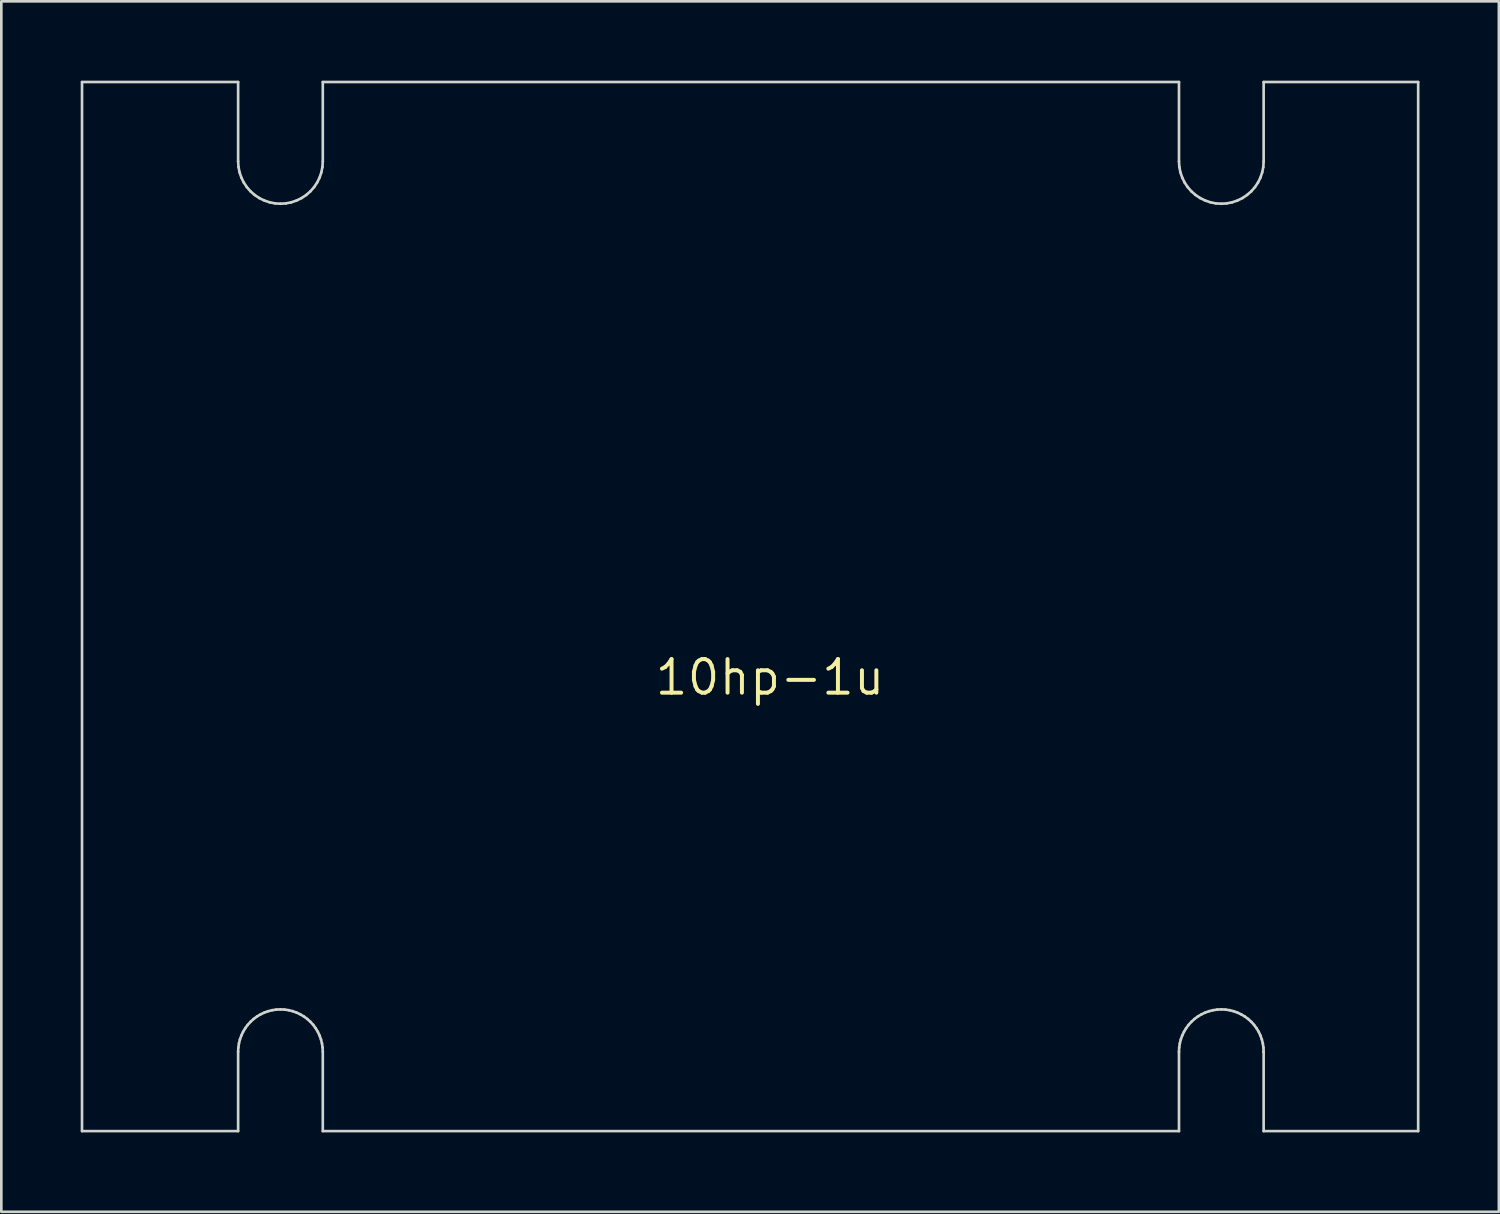
<source format=kicad_pcb>
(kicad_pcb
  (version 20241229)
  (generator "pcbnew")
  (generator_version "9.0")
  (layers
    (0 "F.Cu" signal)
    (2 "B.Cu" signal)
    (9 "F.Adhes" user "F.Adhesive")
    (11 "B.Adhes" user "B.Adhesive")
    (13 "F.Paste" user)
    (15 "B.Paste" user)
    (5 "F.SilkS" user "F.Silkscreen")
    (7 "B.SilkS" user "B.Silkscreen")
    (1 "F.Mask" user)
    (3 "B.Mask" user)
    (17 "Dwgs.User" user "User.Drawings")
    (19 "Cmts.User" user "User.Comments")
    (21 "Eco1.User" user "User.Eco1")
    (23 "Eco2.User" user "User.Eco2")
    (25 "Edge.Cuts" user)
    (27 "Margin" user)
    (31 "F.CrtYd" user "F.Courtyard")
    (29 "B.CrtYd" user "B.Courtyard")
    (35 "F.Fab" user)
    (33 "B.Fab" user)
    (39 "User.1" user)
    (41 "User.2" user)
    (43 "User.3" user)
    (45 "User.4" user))
  (footprint "10hp-1u"
    (layer "F.Cu")
    (at 25.51 21.3)
    (property "Reference" "10hp-1u" (at 0.54 1.25 0) (layer "F.SilkS") (effects (font (size 1.27 1.27) (thickness 0.15))))
    (attr through_hole)
    (fp_line (start -25.46 -21.25) (end -25.46 18.4) (stroke (width 0.1) (type solid)) (layer "Edge.Cuts"))
    (fp_line (start -25.46 18.4) (end -19.56 18.4) (stroke (width 0.1) (type solid)) (layer "Edge.Cuts"))
    (fp_line (start -19.56 -21.25) (end -25.46 -21.25) (stroke (width 0.1) (type solid)) (layer "Edge.Cuts"))
    (fp_line (start -19.56 -18.25) (end -19.56 -21.25) (stroke (width 0.1) (type solid)) (layer "Edge.Cuts"))
    (fp_line (start -19.56 15.4) (end -19.552 15.242) (stroke (width 0.1) (type solid)) (layer "Edge.Cuts"))
    (fp_line (start -19.56 18.4) (end -19.56 15.4) (stroke (width 0.1) (type solid)) (layer "Edge.Cuts"))
    (fp_line (start -19.552 15.242) (end -19.529 15.086) (stroke (width 0.1) (type solid)) (layer "Edge.Cuts"))
    (fp_line (start -19.546 -18.038) (end -19.56 -18.25) (stroke (width 0.1) (type solid)) (layer "Edge.Cuts"))
    (fp_line (start -19.529 15.086) (end -19.491 14.935) (stroke (width 0.1) (type solid)) (layer "Edge.Cuts"))
    (fp_line (start -19.505 -17.833) (end -19.546 -18.038) (stroke (width 0.1) (type solid)) (layer "Edge.Cuts"))
    (fp_line (start -19.491 14.935) (end -19.438 14.788) (stroke (width 0.1) (type solid)) (layer "Edge.Cuts"))
    (fp_line (start -19.438 14.788) (end -19.372 14.647) (stroke (width 0.1) (type solid)) (layer "Edge.Cuts"))
    (fp_line (start -19.437 -17.636) (end -19.505 -17.833) (stroke (width 0.1) (type solid)) (layer "Edge.Cuts"))
    (fp_line (start -19.372 14.647) (end -19.291 14.512) (stroke (width 0.1) (type solid)) (layer "Edge.Cuts"))
    (fp_line (start -19.346 -17.45) (end -19.437 -17.636) (stroke (width 0.1) (type solid)) (layer "Edge.Cuts"))
    (fp_line (start -19.291 14.512) (end -19.198 14.386) (stroke (width 0.1) (type solid)) (layer "Edge.Cuts"))
    (fp_line (start -19.231 -17.278) (end -19.346 -17.45) (stroke (width 0.1) (type solid)) (layer "Edge.Cuts"))
    (fp_line (start -19.198 14.386) (end -19.091 14.269) (stroke (width 0.1) (type solid)) (layer "Edge.Cuts"))
    (fp_line (start -19.094 -17.121) (end -19.231 -17.278) (stroke (width 0.1) (type solid)) (layer "Edge.Cuts"))
    (fp_line (start -19.091 14.269) (end -18.974 14.162) (stroke (width 0.1) (type solid)) (layer "Edge.Cuts"))
    (fp_line (start -18.974 14.162) (end -18.848 14.069) (stroke (width 0.1) (type solid)) (layer "Edge.Cuts"))
    (fp_line (start -18.937 -16.983) (end -19.094 -17.121) (stroke (width 0.1) (type solid)) (layer "Edge.Cuts"))
    (fp_line (start -18.848 14.069) (end -18.713 13.989) (stroke (width 0.1) (type solid)) (layer "Edge.Cuts"))
    (fp_line (start -18.76 -16.864) (end -18.937 -16.983) (stroke (width 0.1) (type solid)) (layer "Edge.Cuts"))
    (fp_line (start -18.713 13.989) (end -18.572 13.922) (stroke (width 0.1) (type solid)) (layer "Edge.Cuts"))
    (fp_line (start -18.572 13.922) (end -18.425 13.869) (stroke (width 0.1) (type solid)) (layer "Edge.Cuts"))
    (fp_line (start -18.569 -16.771) (end -18.76 -16.864) (stroke (width 0.1) (type solid)) (layer "Edge.Cuts"))
    (fp_line (start -18.425 13.869) (end -18.274 13.831) (stroke (width 0.1) (type solid)) (layer "Edge.Cuts"))
    (fp_line (start -18.371 -16.704) (end -18.569 -16.771) (stroke (width 0.1) (type solid)) (layer "Edge.Cuts"))
    (fp_line (start -18.274 13.831) (end -18.118 13.808) (stroke (width 0.1) (type solid)) (layer "Edge.Cuts"))
    (fp_line (start -18.167 -16.663) (end -18.371 -16.704) (stroke (width 0.1) (type solid)) (layer "Edge.Cuts"))
    (fp_line (start -18.118 13.808) (end -17.96 13.8) (stroke (width 0.1) (type solid)) (layer "Edge.Cuts"))
    (fp_line (start -17.96 -16.65) (end -18.167 -16.663) (stroke (width 0.1) (type solid)) (layer "Edge.Cuts"))
    (fp_line (start -17.96 13.8) (end -17.802 13.808) (stroke (width 0.1) (type solid)) (layer "Edge.Cuts"))
    (fp_line (start -17.802 13.808) (end -17.646 13.831) (stroke (width 0.1) (type solid)) (layer "Edge.Cuts"))
    (fp_line (start -17.753 -16.663) (end -17.96 -16.65) (stroke (width 0.1) (type solid)) (layer "Edge.Cuts"))
    (fp_line (start -17.646 13.831) (end -17.495 13.869) (stroke (width 0.1) (type solid)) (layer "Edge.Cuts"))
    (fp_line (start -17.549 -16.704) (end -17.753 -16.663) (stroke (width 0.1) (type solid)) (layer "Edge.Cuts"))
    (fp_line (start -17.495 13.869) (end -17.348 13.922) (stroke (width 0.1) (type solid)) (layer "Edge.Cuts"))
    (fp_line (start -17.351 -16.771) (end -17.549 -16.704) (stroke (width 0.1) (type solid)) (layer "Edge.Cuts"))
    (fp_line (start -17.348 13.922) (end -17.207 13.989) (stroke (width 0.1) (type solid)) (layer "Edge.Cuts"))
    (fp_line (start -17.207 13.989) (end -17.072 14.069) (stroke (width 0.1) (type solid)) (layer "Edge.Cuts"))
    (fp_line (start -17.16 -16.864) (end -17.351 -16.771) (stroke (width 0.1) (type solid)) (layer "Edge.Cuts"))
    (fp_line (start -17.072 14.069) (end -16.946 14.162) (stroke (width 0.1) (type solid)) (layer "Edge.Cuts"))
    (fp_line (start -16.983 -16.983) (end -17.16 -16.864) (stroke (width 0.1) (type solid)) (layer "Edge.Cuts"))
    (fp_line (start -16.946 14.162) (end -16.829 14.269) (stroke (width 0.1) (type solid)) (layer "Edge.Cuts"))
    (fp_line (start -16.829 14.269) (end -16.722 14.386) (stroke (width 0.1) (type solid)) (layer "Edge.Cuts"))
    (fp_line (start -16.826 -17.121) (end -16.983 -16.983) (stroke (width 0.1) (type solid)) (layer "Edge.Cuts"))
    (fp_line (start -16.722 14.386) (end -16.629 14.512) (stroke (width 0.1) (type solid)) (layer "Edge.Cuts"))
    (fp_line (start -16.689 -17.278) (end -16.826 -17.121) (stroke (width 0.1) (type solid)) (layer "Edge.Cuts"))
    (fp_line (start -16.629 14.512) (end -16.548 14.647) (stroke (width 0.1) (type solid)) (layer "Edge.Cuts"))
    (fp_line (start -16.574 -17.45) (end -16.689 -17.278) (stroke (width 0.1) (type solid)) (layer "Edge.Cuts"))
    (fp_line (start -16.548 14.647) (end -16.482 14.788) (stroke (width 0.1) (type solid)) (layer "Edge.Cuts"))
    (fp_line (start -16.483 -17.636) (end -16.574 -17.45) (stroke (width 0.1) (type solid)) (layer "Edge.Cuts"))
    (fp_line (start -16.482 14.788) (end -16.429 14.935) (stroke (width 0.1) (type solid)) (layer "Edge.Cuts"))
    (fp_line (start -16.429 14.935) (end -16.391 15.086) (stroke (width 0.1) (type solid)) (layer "Edge.Cuts"))
    (fp_line (start -16.415 -17.833) (end -16.483 -17.636) (stroke (width 0.1) (type solid)) (layer "Edge.Cuts"))
    (fp_line (start -16.391 15.086) (end -16.368 15.242) (stroke (width 0.1) (type solid)) (layer "Edge.Cuts"))
    (fp_line (start -16.374 -18.038) (end -16.415 -17.833) (stroke (width 0.1) (type solid)) (layer "Edge.Cuts"))
    (fp_line (start -16.368 15.242) (end -16.36 15.4) (stroke (width 0.1) (type solid)) (layer "Edge.Cuts"))
    (fp_line (start -16.36 -21.25) (end 16 -21.25) (stroke (width 0.1) (type solid)) (layer "Edge.Cuts"))
    (fp_line (start -16.36 -18.25) (end -16.374 -18.038) (stroke (width 0.1) (type solid)) (layer "Edge.Cuts"))
    (fp_line (start -16.36 -18.25) (end -16.36 -21.25) (stroke (width 0.1) (type solid)) (layer "Edge.Cuts"))
    (fp_line (start -16.36 15.4) (end -16.36 18.4) (stroke (width 0.1) (type solid)) (layer "Edge.Cuts"))
    (fp_line (start -16.36 18.4) (end 16 18.4) (stroke (width 0.1) (type solid)) (layer "Edge.Cuts"))
    (fp_line (start 16 -21.25) (end 16 -18.25) (stroke (width 0.1) (type solid)) (layer "Edge.Cuts"))
    (fp_line (start 16 15.4) (end 16.008 15.242) (stroke (width 0.1) (type solid)) (layer "Edge.Cuts"))
    (fp_line (start 16 18.4) (end 16 15.4) (stroke (width 0.1) (type solid)) (layer "Edge.Cuts"))
    (fp_line (start 16.008 15.242) (end 16.031 15.086) (stroke (width 0.1) (type solid)) (layer "Edge.Cuts"))
    (fp_line (start 16.014 -18.038) (end 16 -18.25) (stroke (width 0.1) (type solid)) (layer "Edge.Cuts"))
    (fp_line (start 16.031 15.086) (end 16.069 14.935) (stroke (width 0.1) (type solid)) (layer "Edge.Cuts"))
    (fp_line (start 16.055 -17.833) (end 16.014 -18.038) (stroke (width 0.1) (type solid)) (layer "Edge.Cuts"))
    (fp_line (start 16.069 14.935) (end 16.122 14.788) (stroke (width 0.1) (type solid)) (layer "Edge.Cuts"))
    (fp_line (start 16.122 14.788) (end 16.189 14.647) (stroke (width 0.1) (type solid)) (layer "Edge.Cuts"))
    (fp_line (start 16.123 -17.636) (end 16.055 -17.833) (stroke (width 0.1) (type solid)) (layer "Edge.Cuts"))
    (fp_line (start 16.189 14.647) (end 16.269 14.512) (stroke (width 0.1) (type solid)) (layer "Edge.Cuts"))
    (fp_line (start 16.214 -17.45) (end 16.123 -17.636) (stroke (width 0.1) (type solid)) (layer "Edge.Cuts"))
    (fp_line (start 16.269 14.512) (end 16.362 14.386) (stroke (width 0.1) (type solid)) (layer "Edge.Cuts"))
    (fp_line (start 16.329 -17.278) (end 16.214 -17.45) (stroke (width 0.1) (type solid)) (layer "Edge.Cuts"))
    (fp_line (start 16.362 14.386) (end 16.469 14.269) (stroke (width 0.1) (type solid)) (layer "Edge.Cuts"))
    (fp_line (start 16.466 -17.121) (end 16.329 -17.278) (stroke (width 0.1) (type solid)) (layer "Edge.Cuts"))
    (fp_line (start 16.469 14.269) (end 16.586 14.162) (stroke (width 0.1) (type solid)) (layer "Edge.Cuts"))
    (fp_line (start 16.586 14.162) (end 16.712 14.069) (stroke (width 0.1) (type solid)) (layer "Edge.Cuts"))
    (fp_line (start 16.623 -16.983) (end 16.466 -17.121) (stroke (width 0.1) (type solid)) (layer "Edge.Cuts"))
    (fp_line (start 16.712 14.069) (end 16.847 13.989) (stroke (width 0.1) (type solid)) (layer "Edge.Cuts"))
    (fp_line (start 16.8 -16.864) (end 16.623 -16.983) (stroke (width 0.1) (type solid)) (layer "Edge.Cuts"))
    (fp_line (start 16.847 13.989) (end 16.988 13.922) (stroke (width 0.1) (type solid)) (layer "Edge.Cuts"))
    (fp_line (start 16.988 13.922) (end 17.135 13.869) (stroke (width 0.1) (type solid)) (layer "Edge.Cuts"))
    (fp_line (start 16.991 -16.771) (end 16.8 -16.864) (stroke (width 0.1) (type solid)) (layer "Edge.Cuts"))
    (fp_line (start 17.135 13.869) (end 17.286 13.831) (stroke (width 0.1) (type solid)) (layer "Edge.Cuts"))
    (fp_line (start 17.189 -16.704) (end 16.991 -16.771) (stroke (width 0.1) (type solid)) (layer "Edge.Cuts"))
    (fp_line (start 17.286 13.831) (end 17.442 13.808) (stroke (width 0.1) (type solid)) (layer "Edge.Cuts"))
    (fp_line (start 17.393 -16.663) (end 17.189 -16.704) (stroke (width 0.1) (type solid)) (layer "Edge.Cuts"))
    (fp_line (start 17.442 13.808) (end 17.6 13.8) (stroke (width 0.1) (type solid)) (layer "Edge.Cuts"))
    (fp_line (start 17.6 -16.65) (end 17.393 -16.663) (stroke (width 0.1) (type solid)) (layer "Edge.Cuts"))
    (fp_line (start 17.6 13.8) (end 17.758 13.808) (stroke (width 0.1) (type solid)) (layer "Edge.Cuts"))
    (fp_line (start 17.758 13.808) (end 17.914 13.831) (stroke (width 0.1) (type solid)) (layer "Edge.Cuts"))
    (fp_line (start 17.807 -16.663) (end 17.6 -16.65) (stroke (width 0.1) (type solid)) (layer "Edge.Cuts"))
    (fp_line (start 17.914 13.831) (end 18.065 13.869) (stroke (width 0.1) (type solid)) (layer "Edge.Cuts"))
    (fp_line (start 18.011 -16.704) (end 17.807 -16.663) (stroke (width 0.1) (type solid)) (layer "Edge.Cuts"))
    (fp_line (start 18.065 13.869) (end 18.212 13.922) (stroke (width 0.1) (type solid)) (layer "Edge.Cuts"))
    (fp_line (start 18.209 -16.771) (end 18.011 -16.704) (stroke (width 0.1) (type solid)) (layer "Edge.Cuts"))
    (fp_line (start 18.212 13.922) (end 18.353 13.989) (stroke (width 0.1) (type solid)) (layer "Edge.Cuts"))
    (fp_line (start 18.353 13.989) (end 18.488 14.069) (stroke (width 0.1) (type solid)) (layer "Edge.Cuts"))
    (fp_line (start 18.4 -16.864) (end 18.209 -16.771) (stroke (width 0.1) (type solid)) (layer "Edge.Cuts"))
    (fp_line (start 18.488 14.069) (end 18.614 14.162) (stroke (width 0.1) (type solid)) (layer "Edge.Cuts"))
    (fp_line (start 18.576 -16.983) (end 18.4 -16.864) (stroke (width 0.1) (type solid)) (layer "Edge.Cuts"))
    (fp_line (start 18.614 14.162) (end 18.731 14.269) (stroke (width 0.1) (type solid)) (layer "Edge.Cuts"))
    (fp_line (start 18.731 14.269) (end 18.838 14.386) (stroke (width 0.1) (type solid)) (layer "Edge.Cuts"))
    (fp_line (start 18.734 -17.121) (end 18.576 -16.983) (stroke (width 0.1) (type solid)) (layer "Edge.Cuts"))
    (fp_line (start 18.838 14.386) (end 18.931 14.512) (stroke (width 0.1) (type solid)) (layer "Edge.Cuts"))
    (fp_line (start 18.871 -17.278) (end 18.734 -17.121) (stroke (width 0.1) (type solid)) (layer "Edge.Cuts"))
    (fp_line (start 18.931 14.512) (end 19.012 14.647) (stroke (width 0.1) (type solid)) (layer "Edge.Cuts"))
    (fp_line (start 18.986 -17.45) (end 18.871 -17.278) (stroke (width 0.1) (type solid)) (layer "Edge.Cuts"))
    (fp_line (start 19.012 14.647) (end 19.078 14.788) (stroke (width 0.1) (type solid)) (layer "Edge.Cuts"))
    (fp_line (start 19.077 -17.636) (end 18.986 -17.45) (stroke (width 0.1) (type solid)) (layer "Edge.Cuts"))
    (fp_line (start 19.078 14.788) (end 19.131 14.935) (stroke (width 0.1) (type solid)) (layer "Edge.Cuts"))
    (fp_line (start 19.131 14.935) (end 19.169 15.086) (stroke (width 0.1) (type solid)) (layer "Edge.Cuts"))
    (fp_line (start 19.145 -17.833) (end 19.077 -17.636) (stroke (width 0.1) (type solid)) (layer "Edge.Cuts"))
    (fp_line (start 19.169 15.086) (end 19.192 15.242) (stroke (width 0.1) (type solid)) (layer "Edge.Cuts"))
    (fp_line (start 19.186 -18.038) (end 19.145 -17.833) (stroke (width 0.1) (type solid)) (layer "Edge.Cuts"))
    (fp_line (start 19.192 15.242) (end 19.2 15.4) (stroke (width 0.1) (type solid)) (layer "Edge.Cuts"))
    (fp_line (start 19.2 -21.25) (end 25.04 -21.25) (stroke (width 0.1) (type solid)) (layer "Edge.Cuts"))
    (fp_line (start 19.2 -18.25) (end 19.186 -18.038) (stroke (width 0.1) (type solid)) (layer "Edge.Cuts"))
    (fp_line (start 19.2 -18.25) (end 19.2 -21.25) (stroke (width 0.1) (type solid)) (layer "Edge.Cuts"))
    (fp_line (start 19.2 15.4) (end 19.2 15.4) (stroke (width 0.1) (type solid)) (layer "Edge.Cuts"))
    (fp_line (start 19.2 15.4) (end 19.2 15.4) (stroke (width 0.1) (type solid)) (layer "Edge.Cuts"))
    (fp_line (start 19.2 18.4) (end 19.2 15.4) (stroke (width 0.1) (type solid)) (layer "Edge.Cuts"))
    (fp_line (start 25.04 -21.25) (end 25.04 18.4) (stroke (width 0.1) (type solid)) (layer "Edge.Cuts"))
    (fp_line (start 25.04 18.4) (end 19.2 18.4) (stroke (width 0.1) (type solid)) (layer "Edge.Cuts")))
  (gr_rect
    (start -3 -3)
    (end 53.6 42.75)
    (stroke (width 0.1) (type default))
    (fill no)
    (layer "Edge.Cuts")))
</source>
